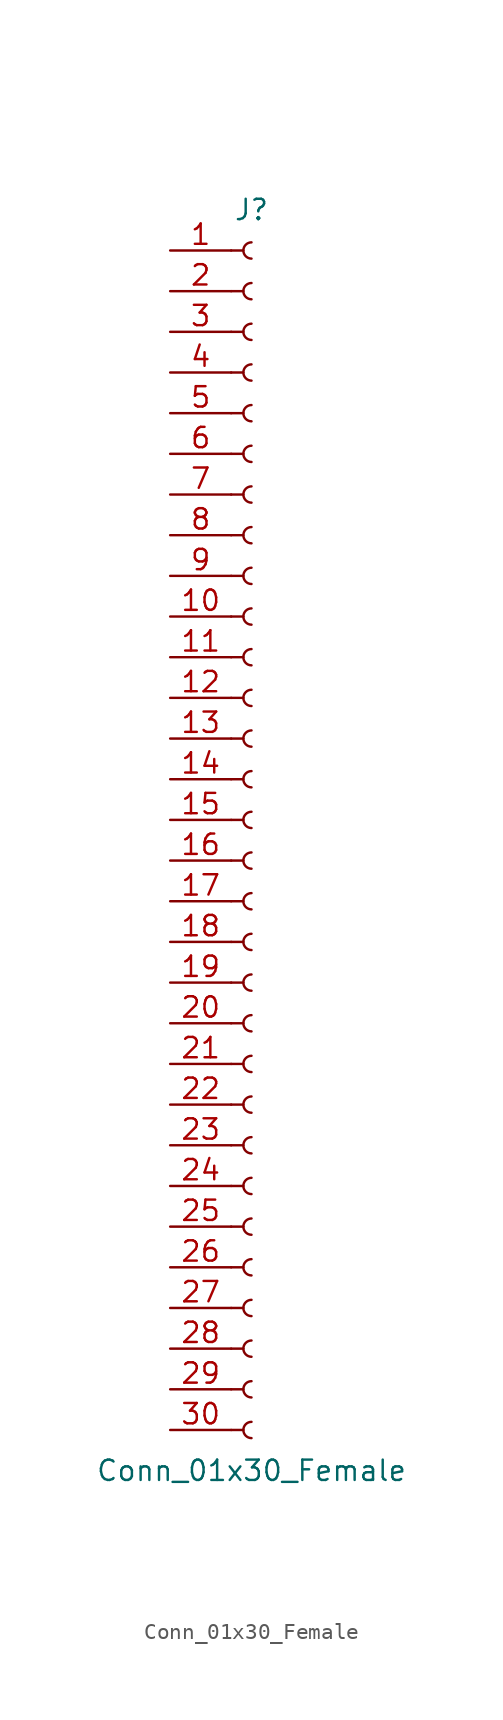
<source format=kicad_sym>
(kicad_symbol_lib
  (version 20220914)
  (generator kicad_symbol_editor)
  (symbol "Conn_01x30_Female"
    (pin_names
      (offset 1.016) hide)
    (property "Reference" "J"
      (at 0 38.1 0)
      (effects (font (size 1.27 1.27))))
    (property "Value" "Conn_01x30_Female"
      (at 0 -40.64 0)
      (effects (font (size 1.27 1.27))))
    (symbol "Conn_01x30_Female_1_1"
      (arc (start 0 -37.592) (mid -0.5058 -38.1) (end 0 -38.608) (stroke (width 0.1524) (type default)) (fill (type none)))
      (arc (start 0 -35.052) (mid -0.5058 -35.56) (end 0 -36.068) (stroke (width 0.1524) (type default)) (fill (type none)))
      (arc (start 0 -32.512) (mid -0.5058 -33.02) (end 0 -33.528) (stroke (width 0.1524) (type default)) (fill (type none)))
      (arc (start 0 -29.972) (mid -0.5058 -30.48) (end 0 -30.988) (stroke (width 0.1524) (type default)) (fill (type none)))
      (arc (start 0 -27.432) (mid -0.5058 -27.94) (end 0 -28.448) (stroke (width 0.1524) (type default)) (fill (type none)))
      (arc (start 0 -24.892) (mid -0.5058 -25.4) (end 0 -25.908) (stroke (width 0.1524) (type default)) (fill (type none)))
      (arc (start 0 -22.352) (mid -0.5058 -22.86) (end 0 -23.368) (stroke (width 0.1524) (type default)) (fill (type none)))
      (arc (start 0 -19.812) (mid -0.5058 -20.32) (end 0 -20.828) (stroke (width 0.1524) (type default)) (fill (type none)))
      (arc (start 0 -17.272) (mid -0.5058 -17.78) (end 0 -18.288) (stroke (width 0.1524) (type default)) (fill (type none)))
      (arc (start 0 -14.732) (mid -0.5058 -15.24) (end 0 -15.748) (stroke (width 0.1524) (type default)) (fill (type none)))
      (arc (start 0 -12.192) (mid -0.5058 -12.7) (end 0 -13.208) (stroke (width 0.1524) (type default)) (fill (type none)))
      (arc (start 0 -9.652) (mid -0.5058 -10.16) (end 0 -10.668) (stroke (width 0.1524) (type default)) (fill (type none)))
      (arc (start 0 -7.112) (mid -0.5058 -7.62) (end 0 -8.128) (stroke (width 0.1524) (type default)) (fill (type none)))
      (arc (start 0 -4.572) (mid -0.5058 -5.08) (end 0 -5.588) (stroke (width 0.1524) (type default)) (fill (type none)))
      (arc (start 0 -2.032) (mid -0.5058 -2.54) (end 0 -3.048) (stroke (width 0.1524) (type default)) (fill (type none)))
      (polyline (pts (xy -1.27 -38.1) (xy -0.508 -38.1)) (stroke (width 0.152) (type default)) (fill (type none)))
      (polyline (pts (xy -1.27 -35.56) (xy -0.508 -35.56)) (stroke (width 0.152) (type default)) (fill (type none)))
      (polyline (pts (xy -1.27 -33.02) (xy -0.508 -33.02)) (stroke (width 0.152) (type default)) (fill (type none)))
      (polyline (pts (xy -1.27 -30.48) (xy -0.508 -30.48)) (stroke (width 0.152) (type default)) (fill (type none)))
      (polyline (pts (xy -1.27 -27.94) (xy -0.508 -27.94)) (stroke (width 0.152) (type default)) (fill (type none)))
      (polyline (pts (xy -1.27 -25.4) (xy -0.508 -25.4)) (stroke (width 0.152) (type default)) (fill (type none)))
      (polyline (pts (xy -1.27 -22.86) (xy -0.508 -22.86)) (stroke (width 0.152) (type default)) (fill (type none)))
      (polyline (pts (xy -1.27 -20.32) (xy -0.508 -20.32)) (stroke (width 0.152) (type default)) (fill (type none)))
      (polyline (pts (xy -1.27 -17.78) (xy -0.508 -17.78)) (stroke (width 0.152) (type default)) (fill (type none)))
      (polyline (pts (xy -1.27 -15.24) (xy -0.508 -15.24)) (stroke (width 0.152) (type default)) (fill (type none)))
      (polyline (pts (xy -1.27 -12.7) (xy -0.508 -12.7)) (stroke (width 0.152) (type default)) (fill (type none)))
      (polyline (pts (xy -1.27 -10.16) (xy -0.508 -10.16)) (stroke (width 0.152) (type default)) (fill (type none)))
      (polyline (pts (xy -1.27 -7.62) (xy -0.508 -7.62)) (stroke (width 0.152) (type default)) (fill (type none)))
      (polyline (pts (xy -1.27 -5.08) (xy -0.508 -5.08)) (stroke (width 0.152) (type default)) (fill (type none)))
      (polyline (pts (xy -1.27 -2.54) (xy -0.508 -2.54)) (stroke (width 0.152) (type default)) (fill (type none)))
      (polyline (pts (xy -1.27 0) (xy -0.508 0)) (stroke (width 0.152) (type default)) (fill (type none)))
      (polyline (pts (xy -1.27 2.54) (xy -0.508 2.54)) (stroke (width 0.152) (type default)) (fill (type none)))
      (polyline (pts (xy -1.27 5.08) (xy -0.508 5.08)) (stroke (width 0.152) (type default)) (fill (type none)))
      (polyline (pts (xy -1.27 7.62) (xy -0.508 7.62)) (stroke (width 0.152) (type default)) (fill (type none)))
      (polyline (pts (xy -1.27 10.16) (xy -0.508 10.16)) (stroke (width 0.152) (type default)) (fill (type none)))
      (polyline (pts (xy -1.27 12.7) (xy -0.508 12.7)) (stroke (width 0.152) (type default)) (fill (type none)))
      (polyline (pts (xy -1.27 15.24) (xy -0.508 15.24)) (stroke (width 0.152) (type default)) (fill (type none)))
      (polyline (pts (xy -1.27 17.78) (xy -0.508 17.78)) (stroke (width 0.152) (type default)) (fill (type none)))
      (polyline (pts (xy -1.27 20.32) (xy -0.508 20.32)) (stroke (width 0.152) (type default)) (fill (type none)))
      (polyline (pts (xy -1.27 22.86) (xy -0.508 22.86)) (stroke (width 0.152) (type default)) (fill (type none)))
      (polyline (pts (xy -1.27 25.4) (xy -0.508 25.4)) (stroke (width 0.152) (type default)) (fill (type none)))
      (polyline (pts (xy -1.27 27.94) (xy -0.508 27.94)) (stroke (width 0.152) (type default)) (fill (type none)))
      (polyline (pts (xy -1.27 30.48) (xy -0.508 30.48)) (stroke (width 0.152) (type default)) (fill (type none)))
      (polyline (pts (xy -1.27 33.02) (xy -0.508 33.02)) (stroke (width 0.152) (type default)) (fill (type none)))
      (polyline (pts (xy -1.27 35.56) (xy -0.508 35.56)) (stroke (width 0.152) (type default)) (fill (type none)))
      (arc (start 0 0.508) (mid -0.5058 0) (end 0 -0.508) (stroke (width 0.1524) (type default)) (fill (type none)))
      (arc (start 0 3.048) (mid -0.5058 2.54) (end 0 2.032) (stroke (width 0.1524) (type default)) (fill (type none)))
      (arc (start 0 5.588) (mid -0.5058 5.08) (end 0 4.572) (stroke (width 0.1524) (type default)) (fill (type none)))
      (arc (start 0 8.128) (mid -0.5058 7.62) (end 0 7.112) (stroke (width 0.1524) (type default)) (fill (type none)))
      (arc (start 0 10.668) (mid -0.5058 10.16) (end 0 9.652) (stroke (width 0.1524) (type default)) (fill (type none)))
      (arc (start 0 13.208) (mid -0.5058 12.7) (end 0 12.192) (stroke (width 0.1524) (type default)) (fill (type none)))
      (arc (start 0 15.748) (mid -0.5058 15.24) (end 0 14.732) (stroke (width 0.1524) (type default)) (fill (type none)))
      (arc (start 0 18.288) (mid -0.5058 17.78) (end 0 17.272) (stroke (width 0.1524) (type default)) (fill (type none)))
      (arc (start 0 20.828) (mid -0.5058 20.32) (end 0 19.812) (stroke (width 0.1524) (type default)) (fill (type none)))
      (arc (start 0 23.368) (mid -0.5058 22.86) (end 0 22.352) (stroke (width 0.1524) (type default)) (fill (type none)))
      (arc (start 0 25.908) (mid -0.5058 25.4) (end 0 24.892) (stroke (width 0.1524) (type default)) (fill (type none)))
      (arc (start 0 28.448) (mid -0.5058 27.94) (end 0 27.432) (stroke (width 0.1524) (type default)) (fill (type none)))
      (arc (start 0 30.988) (mid -0.5058 30.48) (end 0 29.972) (stroke (width 0.1524) (type default)) (fill (type none)))
      (arc (start 0 33.528) (mid -0.5058 33.02) (end 0 32.512) (stroke (width 0.1524) (type default)) (fill (type none)))
      (arc (start 0 36.068) (mid -0.5058 35.56) (end 0 35.052) (stroke (width 0.1524) (type default)) (fill (type none)))
      (pin passive line (at -5.08 35.56 0) (length 3.81) (name "Pin_1" (effects (font (size 1.27 1.27)))) (number "1" (effects (font (size 1.27 1.27)))))
      (pin passive line (at -5.08 12.7 0) (length 3.81) (name "Pin_10" (effects (font (size 1.27 1.27)))) (number "10" (effects (font (size 1.27 1.27)))))
      (pin passive line (at -5.08 10.16 0) (length 3.81) (name "Pin_11" (effects (font (size 1.27 1.27)))) (number "11" (effects (font (size 1.27 1.27)))))
      (pin passive line (at -5.08 7.62 0) (length 3.81) (name "Pin_12" (effects (font (size 1.27 1.27)))) (number "12" (effects (font (size 1.27 1.27)))))
      (pin passive line (at -5.08 5.08 0) (length 3.81) (name "Pin_13" (effects (font (size 1.27 1.27)))) (number "13" (effects (font (size 1.27 1.27)))))
      (pin passive line (at -5.08 2.54 0) (length 3.81) (name "Pin_14" (effects (font (size 1.27 1.27)))) (number "14" (effects (font (size 1.27 1.27)))))
      (pin passive line (at -5.08 0 0) (length 3.81) (name "Pin_15" (effects (font (size 1.27 1.27)))) (number "15" (effects (font (size 1.27 1.27)))))
      (pin passive line (at -5.08 -2.54 0) (length 3.81) (name "Pin_16" (effects (font (size 1.27 1.27)))) (number "16" (effects (font (size 1.27 1.27)))))
      (pin passive line (at -5.08 -5.08 0) (length 3.81) (name "Pin_17" (effects (font (size 1.27 1.27)))) (number "17" (effects (font (size 1.27 1.27)))))
      (pin passive line (at -5.08 -7.62 0) (length 3.81) (name "Pin_18" (effects (font (size 1.27 1.27)))) (number "18" (effects (font (size 1.27 1.27)))))
      (pin passive line (at -5.08 -10.16 0) (length 3.81) (name "Pin_19" (effects (font (size 1.27 1.27)))) (number "19" (effects (font (size 1.27 1.27)))))
      (pin passive line (at -5.08 33.02 0) (length 3.81) (name "Pin_2" (effects (font (size 1.27 1.27)))) (number "2" (effects (font (size 1.27 1.27)))))
      (pin passive line (at -5.08 -12.7 0) (length 3.81) (name "Pin_20" (effects (font (size 1.27 1.27)))) (number "20" (effects (font (size 1.27 1.27)))))
      (pin passive line (at -5.08 -15.24 0) (length 3.81) (name "Pin_21" (effects (font (size 1.27 1.27)))) (number "21" (effects (font (size 1.27 1.27)))))
      (pin passive line (at -5.08 -17.78 0) (length 3.81) (name "Pin_22" (effects (font (size 1.27 1.27)))) (number "22" (effects (font (size 1.27 1.27)))))
      (pin passive line (at -5.08 -20.32 0) (length 3.81) (name "Pin_23" (effects (font (size 1.27 1.27)))) (number "23" (effects (font (size 1.27 1.27)))))
      (pin passive line (at -5.08 -22.86 0) (length 3.81) (name "Pin_24" (effects (font (size 1.27 1.27)))) (number "24" (effects (font (size 1.27 1.27)))))
      (pin passive line (at -5.08 -25.4 0) (length 3.81) (name "Pin_25" (effects (font (size 1.27 1.27)))) (number "25" (effects (font (size 1.27 1.27)))))
      (pin passive line (at -5.08 -27.94 0) (length 3.81) (name "Pin_26" (effects (font (size 1.27 1.27)))) (number "26" (effects (font (size 1.27 1.27)))))
      (pin passive line (at -5.08 -30.48 0) (length 3.81) (name "Pin_27" (effects (font (size 1.27 1.27)))) (number "27" (effects (font (size 1.27 1.27)))))
      (pin passive line (at -5.08 -33.02 0) (length 3.81) (name "Pin_28" (effects (font (size 1.27 1.27)))) (number "28" (effects (font (size 1.27 1.27)))))
      (pin passive line (at -5.08 -35.56 0) (length 3.81) (name "Pin_29" (effects (font (size 1.27 1.27)))) (number "29" (effects (font (size 1.27 1.27)))))
      (pin passive line (at -5.08 30.48 0) (length 3.81) (name "Pin_3" (effects (font (size 1.27 1.27)))) (number "3" (effects (font (size 1.27 1.27)))))
      (pin passive line (at -5.08 -38.1 0) (length 3.81) (name "Pin_30" (effects (font (size 1.27 1.27)))) (number "30" (effects (font (size 1.27 1.27)))))
      (pin passive line (at -5.08 27.94 0) (length 3.81) (name "Pin_4" (effects (font (size 1.27 1.27)))) (number "4" (effects (font (size 1.27 1.27)))))
      (pin passive line (at -5.08 25.4 0) (length 3.81) (name "Pin_5" (effects (font (size 1.27 1.27)))) (number "5" (effects (font (size 1.27 1.27)))))
      (pin passive line (at -5.08 22.86 0) (length 3.81) (name "Pin_6" (effects (font (size 1.27 1.27)))) (number "6" (effects (font (size 1.27 1.27)))))
      (pin passive line (at -5.08 20.32 0) (length 3.81) (name "Pin_7" (effects (font (size 1.27 1.27)))) (number "7" (effects (font (size 1.27 1.27)))))
      (pin passive line (at -5.08 17.78 0) (length 3.81) (name "Pin_8" (effects (font (size 1.27 1.27)))) (number "8" (effects (font (size 1.27 1.27)))))
      (pin passive line (at -5.08 15.24 0) (length 3.81) (name "Pin_9" (effects (font (size 1.27 1.27)))) (number "9" (effects (font (size 1.27 1.27))))))))
</source>
